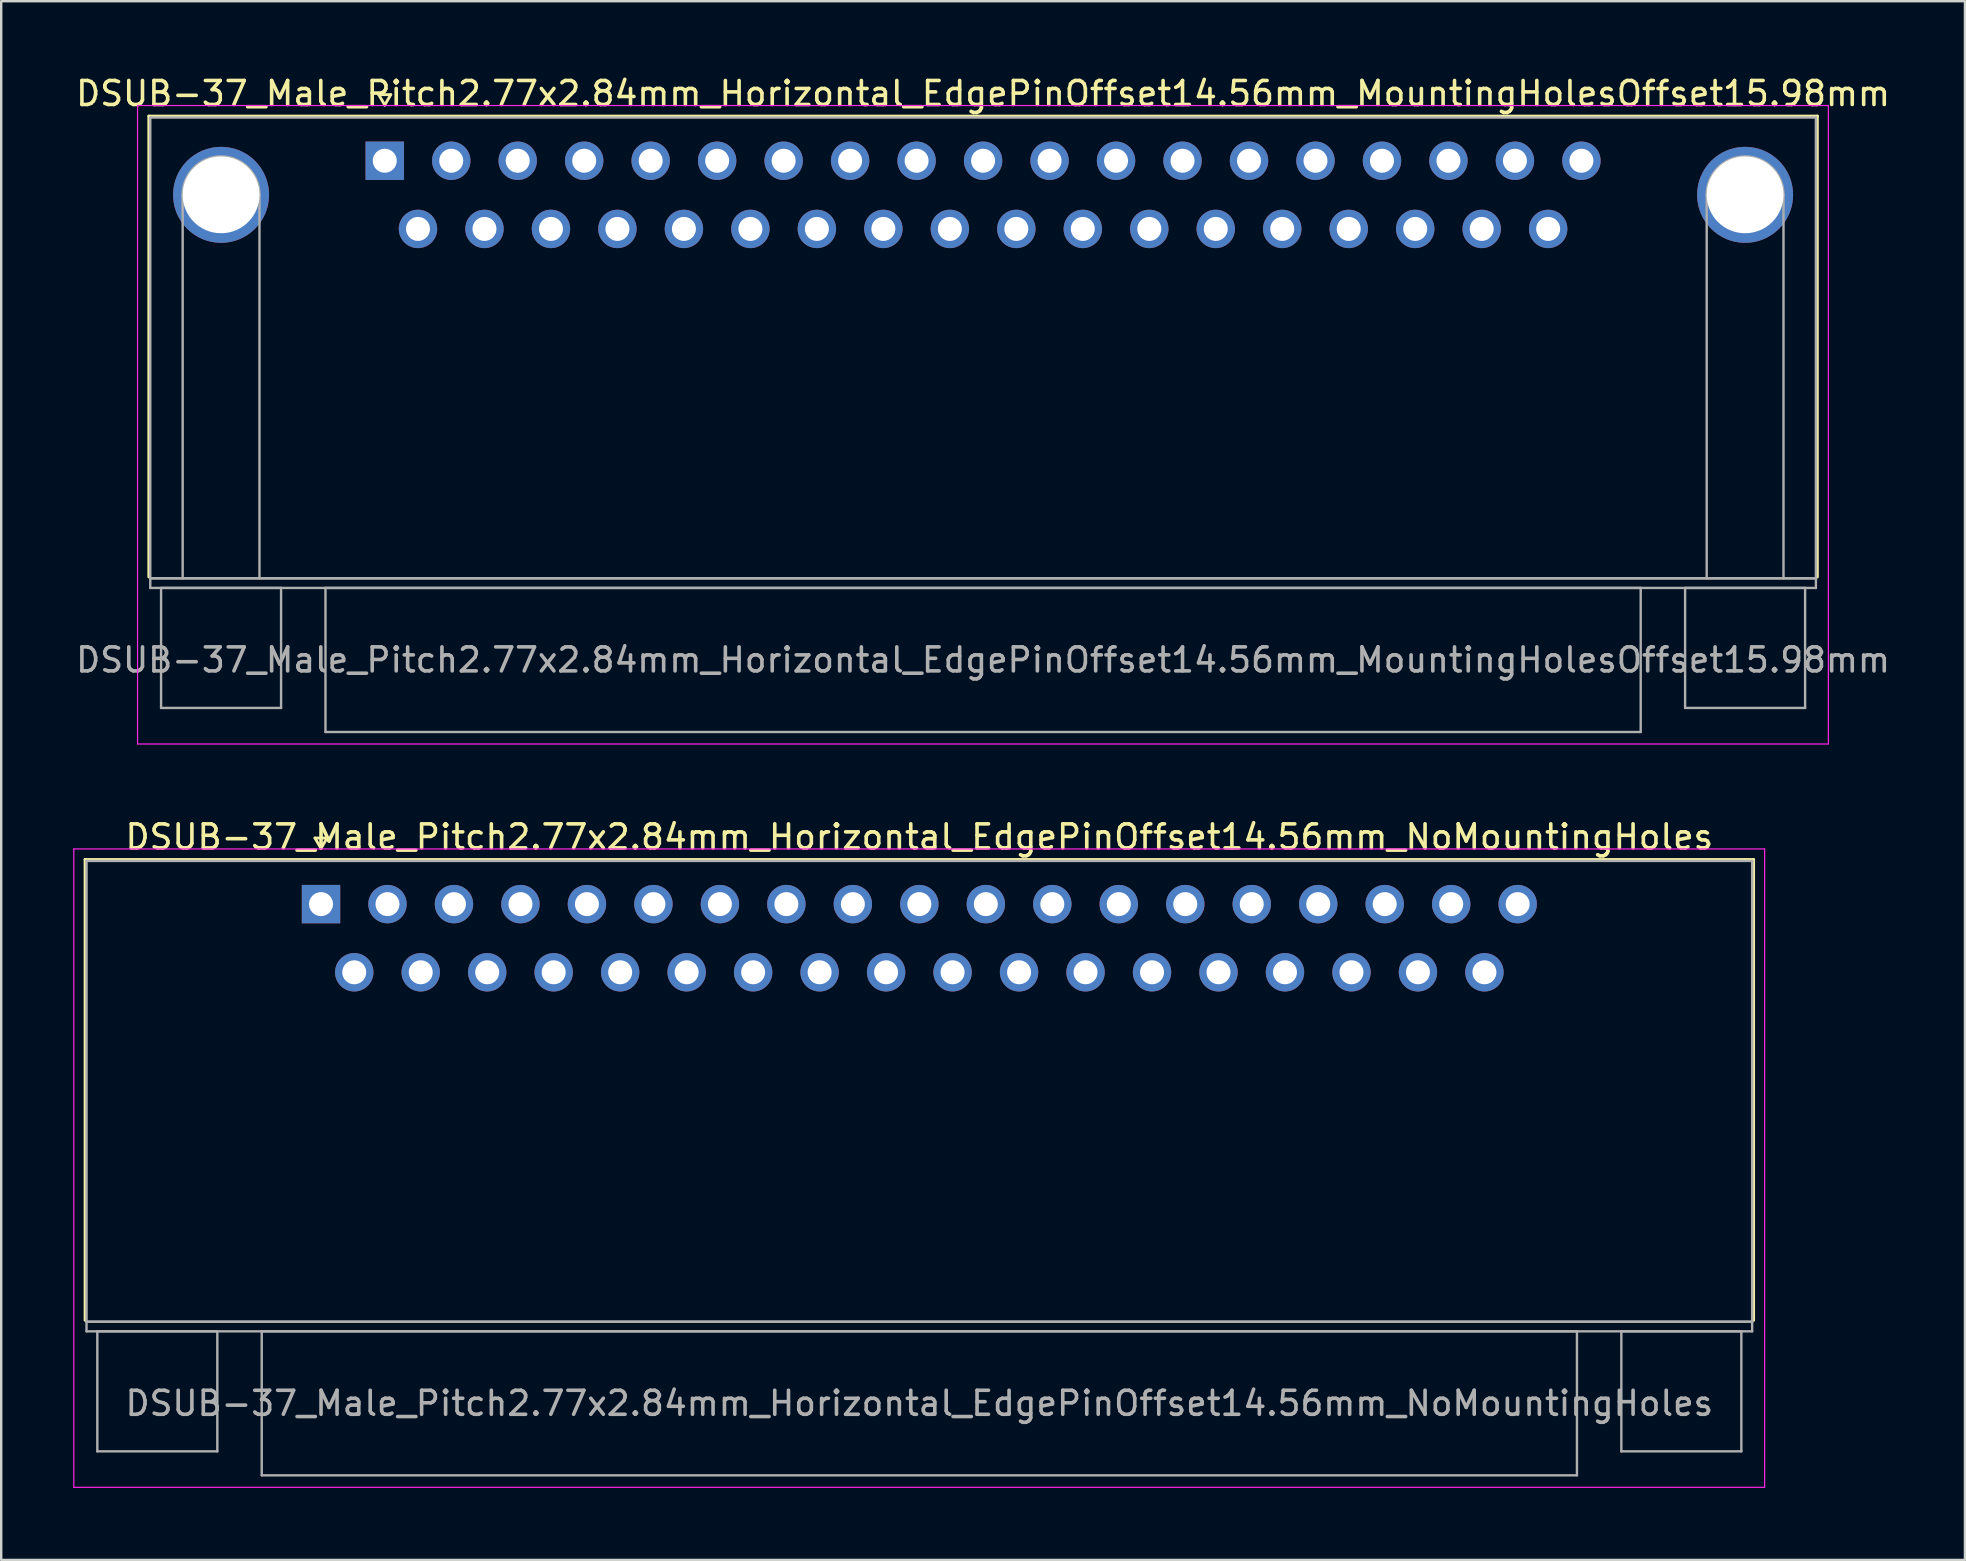
<source format=kicad_pcb>
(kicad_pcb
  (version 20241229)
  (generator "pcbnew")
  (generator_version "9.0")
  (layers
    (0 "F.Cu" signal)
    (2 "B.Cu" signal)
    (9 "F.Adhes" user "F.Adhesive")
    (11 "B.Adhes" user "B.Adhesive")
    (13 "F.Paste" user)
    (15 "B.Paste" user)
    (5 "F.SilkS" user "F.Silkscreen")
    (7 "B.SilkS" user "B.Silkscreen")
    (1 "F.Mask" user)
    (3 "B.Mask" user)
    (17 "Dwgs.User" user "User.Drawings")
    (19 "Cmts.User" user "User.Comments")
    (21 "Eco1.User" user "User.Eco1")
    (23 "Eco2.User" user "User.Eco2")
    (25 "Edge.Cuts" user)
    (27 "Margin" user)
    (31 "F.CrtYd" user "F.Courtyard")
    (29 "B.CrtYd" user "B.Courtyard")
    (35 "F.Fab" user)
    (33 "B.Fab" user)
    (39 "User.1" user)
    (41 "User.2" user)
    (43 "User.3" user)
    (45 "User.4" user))
  (footprint "DSUB-37_Male_Pitch2.77x2.84mm_Horizontal_EdgePinOffset14.56mm_MountingHolesOffset15.98mm"
    (layer "F.Cu")
    (at 12.981 3.648)
    (property "Reference" "DSUB-37_Male_Pitch2.77x2.84mm_Horizontal_EdgePinOffset14.56mm_MountingHolesOffset15.98mm" (at 24.93 -2.8 0) (layer "F.SilkS") (effects (font (size 1 1) (thickness 0.15))))
    (attr through_hole)
    (fp_line (start -9.83 -1.86) (end 59.69 -1.86) (stroke (width 0.12) (type solid)) (layer "F.SilkS"))
    (fp_line (start -9.83 17.34) (end -9.83 -1.86) (stroke (width 0.12) (type solid)) (layer "F.SilkS"))
    (fp_line (start -0.25 -2.754) (end 0.25 -2.754) (stroke (width 0.12) (type solid)) (layer "F.SilkS"))
    (fp_line (start 0 -2.321) (end -0.25 -2.754) (stroke (width 0.12) (type solid)) (layer "F.SilkS"))
    (fp_line (start 0.25 -2.754) (end 0 -2.321) (stroke (width 0.12) (type solid)) (layer "F.SilkS"))
    (fp_line (start 59.69 -1.86) (end 59.69 17.34) (stroke (width 0.12) (type solid)) (layer "F.SilkS"))
    (fp_line (start -10.3 -2.3) (end -10.3 24.3) (stroke (width 0.05) (type solid)) (layer "F.CrtYd"))
    (fp_line (start -10.3 24.3) (end 60.15 24.3) (stroke (width 0.05) (type solid)) (layer "F.CrtYd"))
    (fp_line (start 60.15 -2.3) (end -10.3 -2.3) (stroke (width 0.05) (type solid)) (layer "F.CrtYd"))
    (fp_line (start 60.15 24.3) (end 60.15 -2.3) (stroke (width 0.05) (type solid)) (layer "F.CrtYd"))
    (fp_line (start -9.77 -1.8) (end -9.77 17.4) (stroke (width 0.1) (type solid)) (layer "F.Fab"))
    (fp_line (start -9.77 17.4) (end -9.77 17.8) (stroke (width 0.1) (type solid)) (layer "F.Fab"))
    (fp_line (start -9.77 17.4) (end 59.63 17.4) (stroke (width 0.1) (type solid)) (layer "F.Fab"))
    (fp_line (start -9.77 17.8) (end 59.63 17.8) (stroke (width 0.1) (type solid)) (layer "F.Fab"))
    (fp_line (start -9.32 17.8) (end -9.32 22.8) (stroke (width 0.1) (type solid)) (layer "F.Fab"))
    (fp_line (start -9.32 22.8) (end -4.32 22.8) (stroke (width 0.1) (type solid)) (layer "F.Fab"))
    (fp_line (start -8.42 17.4) (end -8.42 1.42) (stroke (width 0.1) (type solid)) (layer "F.Fab"))
    (fp_line (start -5.22 17.4) (end -5.22 1.42) (stroke (width 0.1) (type solid)) (layer "F.Fab"))
    (fp_line (start -4.32 17.8) (end -9.32 17.8) (stroke (width 0.1) (type solid)) (layer "F.Fab"))
    (fp_line (start -4.32 22.8) (end -4.32 17.8) (stroke (width 0.1) (type solid)) (layer "F.Fab"))
    (fp_line (start -2.47 17.8) (end -2.47 23.8) (stroke (width 0.1) (type solid)) (layer "F.Fab"))
    (fp_line (start -2.47 23.8) (end 52.33 23.8) (stroke (width 0.1) (type solid)) (layer "F.Fab"))
    (fp_line (start 52.33 17.8) (end -2.47 17.8) (stroke (width 0.1) (type solid)) (layer "F.Fab"))
    (fp_line (start 52.33 23.8) (end 52.33 17.8) (stroke (width 0.1) (type solid)) (layer "F.Fab"))
    (fp_line (start 54.18 17.8) (end 54.18 22.8) (stroke (width 0.1) (type solid)) (layer "F.Fab"))
    (fp_line (start 54.18 22.8) (end 59.18 22.8) (stroke (width 0.1) (type solid)) (layer "F.Fab"))
    (fp_line (start 55.08 17.4) (end 55.08 1.42) (stroke (width 0.1) (type solid)) (layer "F.Fab"))
    (fp_line (start 58.28 17.4) (end 58.28 1.42) (stroke (width 0.1) (type solid)) (layer "F.Fab"))
    (fp_line (start 59.18 17.8) (end 54.18 17.8) (stroke (width 0.1) (type solid)) (layer "F.Fab"))
    (fp_line (start 59.18 22.8) (end 59.18 17.8) (stroke (width 0.1) (type solid)) (layer "F.Fab"))
    (fp_line (start 59.63 -1.8) (end -9.77 -1.8) (stroke (width 0.1) (type solid)) (layer "F.Fab"))
    (fp_line (start 59.63 17.4) (end -9.77 17.4) (stroke (width 0.1) (type solid)) (layer "F.Fab"))
    (fp_line (start 59.63 17.4) (end 59.63 -1.8) (stroke (width 0.1) (type solid)) (layer "F.Fab"))
    (fp_line (start 59.63 17.8) (end 59.63 17.4) (stroke (width 0.1) (type solid)) (layer "F.Fab"))
    (fp_arc (start -8.42 1.42) (mid -6.82 -0.18) (end -5.22 1.42) (stroke (width 0.1) (type solid)) (layer "F.Fab"))
    (fp_arc (start 55.08 1.42) (mid 56.68 -0.18) (end 58.28 1.42) (stroke (width 0.1) (type solid)) (layer "F.Fab"))
    (fp_text user "${REFERENCE}" (at 24.93 20.8 0) (layer "F.Fab") (effects (font (size 1 1) (thickness 0.15))))
    (pad "0" thru_hole circle (at -6.82 1.42) (size 4 4) (drill 3.2) (layers "*.Cu" "*.Mask"))
    (pad "0" thru_hole circle (at 56.68 1.42) (size 4 4) (drill 3.2) (layers "*.Cu" "*.Mask"))
    (pad "1" thru_hole rect (at 0 0) (size 1.6 1.6) (drill 1) (layers "*.Cu" "*.Mask"))
    (pad "2" thru_hole circle (at 2.77 0) (size 1.6 1.6) (drill 1) (layers "*.Cu" "*.Mask"))
    (pad "3" thru_hole circle (at 5.54 0) (size 1.6 1.6) (drill 1) (layers "*.Cu" "*.Mask"))
    (pad "4" thru_hole circle (at 8.31 0) (size 1.6 1.6) (drill 1) (layers "*.Cu" "*.Mask"))
    (pad "5" thru_hole circle (at 11.08 0) (size 1.6 1.6) (drill 1) (layers "*.Cu" "*.Mask"))
    (pad "6" thru_hole circle (at 13.85 0) (size 1.6 1.6) (drill 1) (layers "*.Cu" "*.Mask"))
    (pad "7" thru_hole circle (at 16.62 0) (size 1.6 1.6) (drill 1) (layers "*.Cu" "*.Mask"))
    (pad "8" thru_hole circle (at 19.39 0) (size 1.6 1.6) (drill 1) (layers "*.Cu" "*.Mask"))
    (pad "9" thru_hole circle (at 22.16 0) (size 1.6 1.6) (drill 1) (layers "*.Cu" "*.Mask"))
    (pad "10" thru_hole circle (at 24.93 0) (size 1.6 1.6) (drill 1) (layers "*.Cu" "*.Mask"))
    (pad "11" thru_hole circle (at 27.7 0) (size 1.6 1.6) (drill 1) (layers "*.Cu" "*.Mask"))
    (pad "12" thru_hole circle (at 30.47 0) (size 1.6 1.6) (drill 1) (layers "*.Cu" "*.Mask"))
    (pad "13" thru_hole circle (at 33.24 0) (size 1.6 1.6) (drill 1) (layers "*.Cu" "*.Mask"))
    (pad "14" thru_hole circle (at 36.01 0) (size 1.6 1.6) (drill 1) (layers "*.Cu" "*.Mask"))
    (pad "15" thru_hole circle (at 38.78 0) (size 1.6 1.6) (drill 1) (layers "*.Cu" "*.Mask"))
    (pad "16" thru_hole circle (at 41.55 0) (size 1.6 1.6) (drill 1) (layers "*.Cu" "*.Mask"))
    (pad "17" thru_hole circle (at 44.32 0) (size 1.6 1.6) (drill 1) (layers "*.Cu" "*.Mask"))
    (pad "18" thru_hole circle (at 47.09 0) (size 1.6 1.6) (drill 1) (layers "*.Cu" "*.Mask"))
    (pad "19" thru_hole circle (at 49.86 0) (size 1.6 1.6) (drill 1) (layers "*.Cu" "*.Mask"))
    (pad "20" thru_hole circle (at 1.385 2.84) (size 1.6 1.6) (drill 1) (layers "*.Cu" "*.Mask"))
    (pad "21" thru_hole circle (at 4.155 2.84) (size 1.6 1.6) (drill 1) (layers "*.Cu" "*.Mask"))
    (pad "22" thru_hole circle (at 6.925 2.84) (size 1.6 1.6) (drill 1) (layers "*.Cu" "*.Mask"))
    (pad "23" thru_hole circle (at 9.695 2.84) (size 1.6 1.6) (drill 1) (layers "*.Cu" "*.Mask"))
    (pad "24" thru_hole circle (at 12.465 2.84) (size 1.6 1.6) (drill 1) (layers "*.Cu" "*.Mask"))
    (pad "25" thru_hole circle (at 15.235 2.84) (size 1.6 1.6) (drill 1) (layers "*.Cu" "*.Mask"))
    (pad "26" thru_hole circle (at 18.005 2.84) (size 1.6 1.6) (drill 1) (layers "*.Cu" "*.Mask"))
    (pad "27" thru_hole circle (at 20.775 2.84) (size 1.6 1.6) (drill 1) (layers "*.Cu" "*.Mask"))
    (pad "28" thru_hole circle (at 23.545 2.84) (size 1.6 1.6) (drill 1) (layers "*.Cu" "*.Mask"))
    (pad "29" thru_hole circle (at 26.315 2.84) (size 1.6 1.6) (drill 1) (layers "*.Cu" "*.Mask"))
    (pad "30" thru_hole circle (at 29.085 2.84) (size 1.6 1.6) (drill 1) (layers "*.Cu" "*.Mask"))
    (pad "31" thru_hole circle (at 31.855 2.84) (size 1.6 1.6) (drill 1) (layers "*.Cu" "*.Mask"))
    (pad "32" thru_hole circle (at 34.625 2.84) (size 1.6 1.6) (drill 1) (layers "*.Cu" "*.Mask"))
    (pad "33" thru_hole circle (at 37.395 2.84) (size 1.6 1.6) (drill 1) (layers "*.Cu" "*.Mask"))
    (pad "34" thru_hole circle (at 40.165 2.84) (size 1.6 1.6) (drill 1) (layers "*.Cu" "*.Mask"))
    (pad "35" thru_hole circle (at 42.935 2.84) (size 1.6 1.6) (drill 1) (layers "*.Cu" "*.Mask"))
    (pad "36" thru_hole circle (at 45.705 2.84) (size 1.6 1.6) (drill 1) (layers "*.Cu" "*.Mask"))
    (pad "37" thru_hole circle (at 48.475 2.84) (size 1.6 1.6) (drill 1) (layers "*.Cu" "*.Mask")))
  (footprint "DSUB-37_Male_Pitch2.77x2.84mm_Horizontal_EdgePinOffset14.56mm_NoMountingHoles"
    (layer "F.Cu")
    (at 10.325 34.621)
    (property "Reference" "DSUB-37_Male_Pitch2.77x2.84mm_Horizontal_EdgePinOffset14.56mm_NoMountingHoles" (at 24.93 -2.8 0) (layer "F.SilkS") (effects (font (size 1 1) (thickness 0.15))))
    (attr through_hole)
    (fp_line (start -9.83 -1.86) (end 59.69 -1.86) (stroke (width 0.12) (type solid)) (layer "F.SilkS"))
    (fp_line (start -9.83 17.34) (end -9.83 -1.86) (stroke (width 0.12) (type solid)) (layer "F.SilkS"))
    (fp_line (start -0.25 -2.754) (end 0.25 -2.754) (stroke (width 0.12) (type solid)) (layer "F.SilkS"))
    (fp_line (start 0 -2.321) (end -0.25 -2.754) (stroke (width 0.12) (type solid)) (layer "F.SilkS"))
    (fp_line (start 0.25 -2.754) (end 0 -2.321) (stroke (width 0.12) (type solid)) (layer "F.SilkS"))
    (fp_line (start 59.69 -1.86) (end 59.69 17.34) (stroke (width 0.12) (type solid)) (layer "F.SilkS"))
    (fp_line (start -10.3 -2.3) (end -10.3 24.3) (stroke (width 0.05) (type solid)) (layer "F.CrtYd"))
    (fp_line (start -10.3 24.3) (end 60.15 24.3) (stroke (width 0.05) (type solid)) (layer "F.CrtYd"))
    (fp_line (start 60.15 -2.3) (end -10.3 -2.3) (stroke (width 0.05) (type solid)) (layer "F.CrtYd"))
    (fp_line (start 60.15 24.3) (end 60.15 -2.3) (stroke (width 0.05) (type solid)) (layer "F.CrtYd"))
    (fp_line (start -9.77 -1.8) (end -9.77 17.4) (stroke (width 0.1) (type solid)) (layer "F.Fab"))
    (fp_line (start -9.77 17.4) (end -9.77 17.8) (stroke (width 0.1) (type solid)) (layer "F.Fab"))
    (fp_line (start -9.77 17.4) (end 59.63 17.4) (stroke (width 0.1) (type solid)) (layer "F.Fab"))
    (fp_line (start -9.77 17.8) (end 59.63 17.8) (stroke (width 0.1) (type solid)) (layer "F.Fab"))
    (fp_line (start -9.32 17.8) (end -9.32 22.8) (stroke (width 0.1) (type solid)) (layer "F.Fab"))
    (fp_line (start -9.32 22.8) (end -4.32 22.8) (stroke (width 0.1) (type solid)) (layer "F.Fab"))
    (fp_line (start -4.32 17.8) (end -9.32 17.8) (stroke (width 0.1) (type solid)) (layer "F.Fab"))
    (fp_line (start -4.32 22.8) (end -4.32 17.8) (stroke (width 0.1) (type solid)) (layer "F.Fab"))
    (fp_line (start -2.47 17.8) (end -2.47 23.8) (stroke (width 0.1) (type solid)) (layer "F.Fab"))
    (fp_line (start -2.47 23.8) (end 52.33 23.8) (stroke (width 0.1) (type solid)) (layer "F.Fab"))
    (fp_line (start 52.33 17.8) (end -2.47 17.8) (stroke (width 0.1) (type solid)) (layer "F.Fab"))
    (fp_line (start 52.33 23.8) (end 52.33 17.8) (stroke (width 0.1) (type solid)) (layer "F.Fab"))
    (fp_line (start 54.18 17.8) (end 54.18 22.8) (stroke (width 0.1) (type solid)) (layer "F.Fab"))
    (fp_line (start 54.18 22.8) (end 59.18 22.8) (stroke (width 0.1) (type solid)) (layer "F.Fab"))
    (fp_line (start 59.18 17.8) (end 54.18 17.8) (stroke (width 0.1) (type solid)) (layer "F.Fab"))
    (fp_line (start 59.18 22.8) (end 59.18 17.8) (stroke (width 0.1) (type solid)) (layer "F.Fab"))
    (fp_line (start 59.63 -1.8) (end -9.77 -1.8) (stroke (width 0.1) (type solid)) (layer "F.Fab"))
    (fp_line (start 59.63 17.4) (end -9.77 17.4) (stroke (width 0.1) (type solid)) (layer "F.Fab"))
    (fp_line (start 59.63 17.4) (end 59.63 -1.8) (stroke (width 0.1) (type solid)) (layer "F.Fab"))
    (fp_line (start 59.63 17.8) (end 59.63 17.4) (stroke (width 0.1) (type solid)) (layer "F.Fab"))
    (fp_text user "${REFERENCE}" (at 24.93 20.8 0) (layer "F.Fab") (effects (font (size 1 1) (thickness 0.15))))
    (pad "1" thru_hole rect (at 0 0) (size 1.6 1.6) (drill 1) (layers "*.Cu" "*.Mask"))
    (pad "2" thru_hole circle (at 2.77 0) (size 1.6 1.6) (drill 1) (layers "*.Cu" "*.Mask"))
    (pad "3" thru_hole circle (at 5.54 0) (size 1.6 1.6) (drill 1) (layers "*.Cu" "*.Mask"))
    (pad "4" thru_hole circle (at 8.31 0) (size 1.6 1.6) (drill 1) (layers "*.Cu" "*.Mask"))
    (pad "5" thru_hole circle (at 11.08 0) (size 1.6 1.6) (drill 1) (layers "*.Cu" "*.Mask"))
    (pad "6" thru_hole circle (at 13.85 0) (size 1.6 1.6) (drill 1) (layers "*.Cu" "*.Mask"))
    (pad "7" thru_hole circle (at 16.62 0) (size 1.6 1.6) (drill 1) (layers "*.Cu" "*.Mask"))
    (pad "8" thru_hole circle (at 19.39 0) (size 1.6 1.6) (drill 1) (layers "*.Cu" "*.Mask"))
    (pad "9" thru_hole circle (at 22.16 0) (size 1.6 1.6) (drill 1) (layers "*.Cu" "*.Mask"))
    (pad "10" thru_hole circle (at 24.93 0) (size 1.6 1.6) (drill 1) (layers "*.Cu" "*.Mask"))
    (pad "11" thru_hole circle (at 27.7 0) (size 1.6 1.6) (drill 1) (layers "*.Cu" "*.Mask"))
    (pad "12" thru_hole circle (at 30.47 0) (size 1.6 1.6) (drill 1) (layers "*.Cu" "*.Mask"))
    (pad "13" thru_hole circle (at 33.24 0) (size 1.6 1.6) (drill 1) (layers "*.Cu" "*.Mask"))
    (pad "14" thru_hole circle (at 36.01 0) (size 1.6 1.6) (drill 1) (layers "*.Cu" "*.Mask"))
    (pad "15" thru_hole circle (at 38.78 0) (size 1.6 1.6) (drill 1) (layers "*.Cu" "*.Mask"))
    (pad "16" thru_hole circle (at 41.55 0) (size 1.6 1.6) (drill 1) (layers "*.Cu" "*.Mask"))
    (pad "17" thru_hole circle (at 44.32 0) (size 1.6 1.6) (drill 1) (layers "*.Cu" "*.Mask"))
    (pad "18" thru_hole circle (at 47.09 0) (size 1.6 1.6) (drill 1) (layers "*.Cu" "*.Mask"))
    (pad "19" thru_hole circle (at 49.86 0) (size 1.6 1.6) (drill 1) (layers "*.Cu" "*.Mask"))
    (pad "20" thru_hole circle (at 1.385 2.84) (size 1.6 1.6) (drill 1) (layers "*.Cu" "*.Mask"))
    (pad "21" thru_hole circle (at 4.155 2.84) (size 1.6 1.6) (drill 1) (layers "*.Cu" "*.Mask"))
    (pad "22" thru_hole circle (at 6.925 2.84) (size 1.6 1.6) (drill 1) (layers "*.Cu" "*.Mask"))
    (pad "23" thru_hole circle (at 9.695 2.84) (size 1.6 1.6) (drill 1) (layers "*.Cu" "*.Mask"))
    (pad "24" thru_hole circle (at 12.465 2.84) (size 1.6 1.6) (drill 1) (layers "*.Cu" "*.Mask"))
    (pad "25" thru_hole circle (at 15.235 2.84) (size 1.6 1.6) (drill 1) (layers "*.Cu" "*.Mask"))
    (pad "26" thru_hole circle (at 18.005 2.84) (size 1.6 1.6) (drill 1) (layers "*.Cu" "*.Mask"))
    (pad "27" thru_hole circle (at 20.775 2.84) (size 1.6 1.6) (drill 1) (layers "*.Cu" "*.Mask"))
    (pad "28" thru_hole circle (at 23.545 2.84) (size 1.6 1.6) (drill 1) (layers "*.Cu" "*.Mask"))
    (pad "29" thru_hole circle (at 26.315 2.84) (size 1.6 1.6) (drill 1) (layers "*.Cu" "*.Mask"))
    (pad "30" thru_hole circle (at 29.085 2.84) (size 1.6 1.6) (drill 1) (layers "*.Cu" "*.Mask"))
    (pad "31" thru_hole circle (at 31.855 2.84) (size 1.6 1.6) (drill 1) (layers "*.Cu" "*.Mask"))
    (pad "32" thru_hole circle (at 34.625 2.84) (size 1.6 1.6) (drill 1) (layers "*.Cu" "*.Mask"))
    (pad "33" thru_hole circle (at 37.395 2.84) (size 1.6 1.6) (drill 1) (layers "*.Cu" "*.Mask"))
    (pad "34" thru_hole circle (at 40.165 2.84) (size 1.6 1.6) (drill 1) (layers "*.Cu" "*.Mask"))
    (pad "35" thru_hole circle (at 42.935 2.84) (size 1.6 1.6) (drill 1) (layers "*.Cu" "*.Mask"))
    (pad "36" thru_hole circle (at 45.705 2.84) (size 1.6 1.6) (drill 1) (layers "*.Cu" "*.Mask"))
    (pad "37" thru_hole circle (at 48.475 2.84) (size 1.6 1.6) (drill 1) (layers "*.Cu" "*.Mask")))
  (gr_rect
    (start -3 -3)
    (end 78.821 61.947)
    (stroke (width 0.1) (type default))
    (fill no)
    (layer "Edge.Cuts")))
</source>
